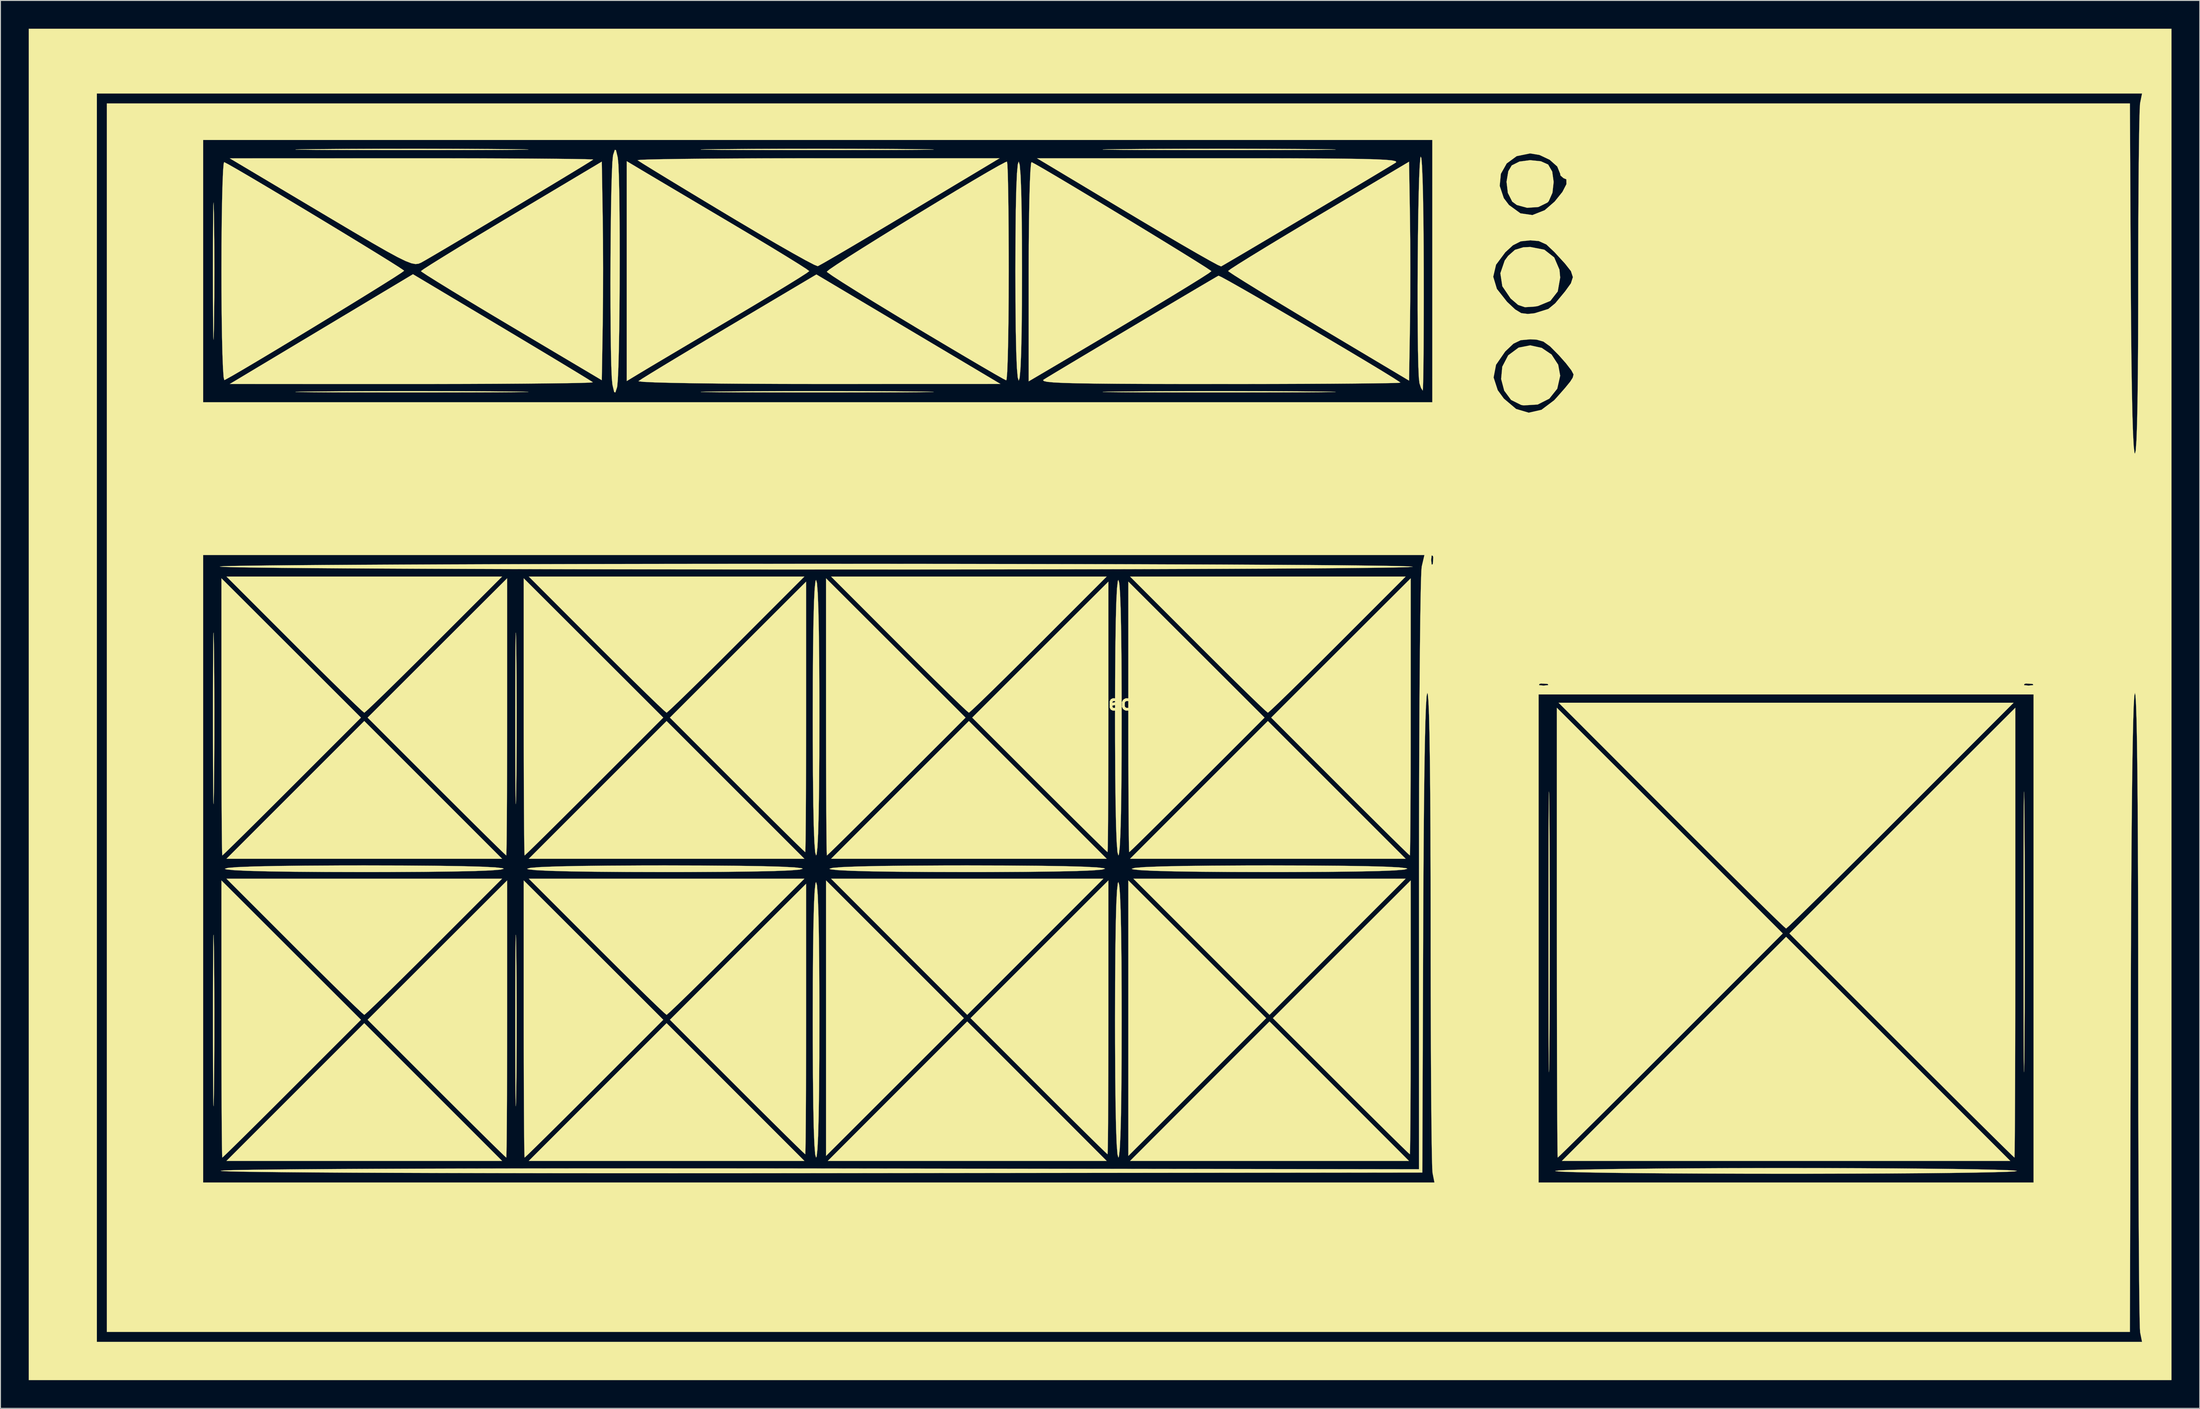
<source format=kicad_pcb>
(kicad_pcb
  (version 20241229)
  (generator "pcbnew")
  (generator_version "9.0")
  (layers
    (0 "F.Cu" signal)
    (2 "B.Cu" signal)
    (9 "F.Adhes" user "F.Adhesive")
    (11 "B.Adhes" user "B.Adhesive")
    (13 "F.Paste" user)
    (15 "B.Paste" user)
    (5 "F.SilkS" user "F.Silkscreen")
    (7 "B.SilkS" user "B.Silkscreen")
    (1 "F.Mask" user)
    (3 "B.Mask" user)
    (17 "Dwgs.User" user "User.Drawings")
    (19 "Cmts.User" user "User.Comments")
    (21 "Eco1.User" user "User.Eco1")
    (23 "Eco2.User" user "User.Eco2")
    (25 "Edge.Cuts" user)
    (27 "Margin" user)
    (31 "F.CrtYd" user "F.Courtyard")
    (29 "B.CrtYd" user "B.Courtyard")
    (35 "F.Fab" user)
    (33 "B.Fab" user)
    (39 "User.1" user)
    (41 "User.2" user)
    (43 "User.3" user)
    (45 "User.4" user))
  (footprint "Untitled3"
    (layer "F.Cu")
    (at 113.599 71.619)
    (property "Reference" "Untitled3" (at 0 0 0) (layer "F.SilkS") (effects (font (size 1.524 1.524) (thickness 0.3))))
    (attr through_hole)
    (fp_poly (pts (xy -63.326 48.683) (xy -92.602 48.683) (xy -77.964 34.045) (xy -63.326 48.683)) (stroke (width 0.01) (type solid)) (fill yes) (layer "F.SilkS"))
    (fp_poly (pts (xy -38.542 41.364) (xy -31.223 48.683) (xy -60.499 48.683) (xy -45.861 34.045) (xy -38.542 41.364)) (stroke (width 0.01) (type solid)) (fill yes) (layer "F.SilkS"))
    (fp_poly (pts (xy -21.609 26.195) (xy -14.29 33.514) (xy -28.928 48.152) (xy -28.928 18.876) (xy -21.609 26.195)) (stroke (width 0.01) (type solid)) (fill yes) (layer "F.SilkS"))
    (fp_poly (pts (xy -6.439 9.261) (xy 0.88 16.581) (xy -28.396 16.581) (xy -13.758 1.942) (xy -6.439 9.261)) (stroke (width 0.01) (type solid)) (fill yes) (layer "F.SilkS"))
    (fp_poly (pts (xy 10.494 26.195) (xy 17.813 33.514) (xy 3.175 48.152) (xy 3.175 18.876) (xy 10.494 26.195)) (stroke (width 0.01) (type solid)) (fill yes) (layer "F.SilkS"))
    (fp_poly (pts (xy 25.311 9.261) (xy 32.63 16.581) (xy 3.354 16.581) (xy 17.992 1.942) (xy 25.311 9.261)) (stroke (width 0.01) (type solid)) (fill yes) (layer "F.SilkS"))
    (fp_poly (pts (xy -70.645 9.261) (xy -63.326 16.581) (xy -92.602 16.581) (xy -85.283 9.261) (xy -77.964 1.942) (xy -70.645 9.261)) (stroke (width 0.01) (type solid)) (fill yes) (layer "F.SilkS"))
    (fp_poly (pts (xy -38.542 9.261) (xy -31.223 16.581) (xy -60.499 16.581) (xy -53.18 9.261) (xy -45.861 1.942) (xy -38.542 9.261)) (stroke (width 0.01) (type solid)) (fill yes) (layer "F.SilkS"))
    (fp_poly (pts (xy 84.931 36.778) (xy 96.836 48.683) (xy 49.214 48.683) (xy 61.119 36.778) (xy 73.025 24.872) (xy 84.931 36.778)) (stroke (width 0.01) (type solid)) (fill yes) (layer "F.SilkS"))
    (fp_poly (pts (xy -70.556 -6.174) (xy -72.404 -4.329) (xy -74.091 -2.658) (xy -75.551 -1.223) (xy -76.722 -0.086) (xy -77.538 0.69) (xy -77.937 1.043) (xy -77.964 1.058) (xy -78.25 0.818) (xy -78.97 0.14) (xy -80.059 -0.914) (xy -81.454 -2.281) (xy -83.091 -3.9) (xy -84.906 -5.707) (xy -85.372 -6.174) (xy -92.598 -13.406) (xy -63.33 -13.406) (xy -70.556 -6.174)) (stroke (width 0.01) (type solid)) (fill yes) (layer "F.SilkS"))
    (fp_poly (pts (xy -70.556 25.929) (xy -72.404 27.774) (xy -74.091 29.445) (xy -75.551 30.88) (xy -76.722 32.016) (xy -77.538 32.793) (xy -77.937 33.146) (xy -77.964 33.161) (xy -78.25 32.921) (xy -78.97 32.243) (xy -80.059 31.189) (xy -81.454 29.822) (xy -83.091 28.203) (xy -84.906 26.395) (xy -85.372 25.929) (xy -92.598 18.697) (xy -63.33 18.697) (xy -70.556 25.929)) (stroke (width 0.01) (type solid)) (fill yes) (layer "F.SilkS"))
    (fp_poly (pts (xy -38.453 -6.174) (xy -40.302 -4.329) (xy -41.988 -2.658) (xy -43.449 -1.223) (xy -44.619 -0.086) (xy -45.436 0.69) (xy -45.834 1.043) (xy -45.861 1.058) (xy -46.147 0.818) (xy -46.867 0.14) (xy -47.956 -0.914) (xy -49.351 -2.281) (xy -50.988 -3.9) (xy -52.803 -5.707) (xy -53.269 -6.174) (xy -60.495 -13.406) (xy -31.227 -13.406) (xy -38.453 -6.174)) (stroke (width 0.01) (type solid)) (fill yes) (layer "F.SilkS"))
    (fp_poly (pts (xy -38.453 25.929) (xy -40.302 27.774) (xy -41.988 29.445) (xy -43.449 30.88) (xy -44.619 32.016) (xy -45.436 32.793) (xy -45.834 33.146) (xy -45.861 33.161) (xy -46.147 32.921) (xy -46.867 32.243) (xy -47.956 31.189) (xy -49.351 29.822) (xy -50.988 28.203) (xy -52.803 26.395) (xy -53.269 25.929) (xy -60.495 18.697) (xy -31.227 18.697) (xy -38.453 25.929)) (stroke (width 0.01) (type solid)) (fill yes) (layer "F.SilkS"))
    (fp_poly (pts (xy -13.694 34.106) (xy -13.016 34.783) (xy -11.962 35.837) (xy -10.593 37.206) (xy -8.971 38.828) (xy -7.157 40.644) (xy -6.526 41.275) (xy 0.876 48.683) (xy -28.745 48.683) (xy -21.343 41.275) (xy -19.479 39.41) (xy -17.787 37.717) (xy -16.328 36.257) (xy -15.163 35.093) (xy -14.354 34.284) (xy -13.962 33.894) (xy -13.935 33.867) (xy -13.694 34.106)) (stroke (width 0.01) (type solid)) (fill yes) (layer "F.SilkS"))
    (fp_poly (pts (xy -6.703 25.929) (xy -8.543 27.771) (xy -10.212 29.44) (xy -11.645 30.874) (xy -12.782 32.011) (xy -13.561 32.789) (xy -13.918 33.145) (xy -13.935 33.161) (xy -14.175 32.922) (xy -14.853 32.246) (xy -15.904 31.194) (xy -17.268 29.83) (xy -18.883 28.215) (xy -20.686 26.411) (xy -21.167 25.929) (xy -28.392 18.697) (xy 0.523 18.697) (xy -6.703 25.929)) (stroke (width 0.01) (type solid)) (fill yes) (layer "F.SilkS"))
    (fp_poly (pts (xy -6.35 -6.174) (xy -8.199 -4.329) (xy -9.885 -2.658) (xy -11.346 -1.223) (xy -12.516 -0.086) (xy -13.333 0.69) (xy -13.732 1.043) (xy -13.758 1.058) (xy -14.045 0.818) (xy -14.764 0.14) (xy -15.854 -0.914) (xy -17.249 -2.281) (xy -18.886 -3.9) (xy -20.7 -5.707) (xy -21.167 -6.174) (xy -28.392 -13.406) (xy 0.875 -13.406) (xy -6.35 -6.174)) (stroke (width 0.01) (type solid)) (fill yes) (layer "F.SilkS"))
    (fp_poly (pts (xy 18.409 34.106) (xy 19.087 34.783) (xy 20.141 35.837) (xy 21.51 37.206) (xy 23.132 38.828) (xy 24.946 40.644) (xy 25.576 41.275) (xy 32.978 48.683) (xy 3.358 48.683) (xy 10.76 41.275) (xy 12.624 39.41) (xy 14.316 37.717) (xy 15.775 36.257) (xy 16.94 35.093) (xy 17.749 34.284) (xy 18.141 33.894) (xy 18.168 33.867) (xy 18.409 34.106)) (stroke (width 0.01) (type solid)) (fill yes) (layer "F.SilkS"))
    (fp_poly (pts (xy 25.4 -6.174) (xy 23.551 -4.329) (xy 21.865 -2.658) (xy 20.404 -1.223) (xy 19.234 -0.086) (xy 18.417 0.69) (xy 18.018 1.043) (xy 17.992 1.058) (xy 17.705 0.818) (xy 16.986 0.14) (xy 15.896 -0.914) (xy 14.501 -2.281) (xy 12.864 -3.9) (xy 11.05 -5.707) (xy 10.583 -6.174) (xy 3.358 -13.406) (xy 32.625 -13.406) (xy 25.4 -6.174)) (stroke (width 0.01) (type solid)) (fill yes) (layer "F.SilkS"))
    (fp_poly (pts (xy 25.4 25.929) (xy 23.559 27.771) (xy 21.891 29.44) (xy 20.457 30.874) (xy 19.32 32.011) (xy 18.542 32.789) (xy 18.184 33.145) (xy 18.168 33.161) (xy 17.927 32.922) (xy 17.25 32.246) (xy 16.198 31.194) (xy 14.834 29.83) (xy 13.22 28.215) (xy 11.417 26.411) (xy 10.936 25.929) (xy 3.711 18.697) (xy 32.625 18.697) (xy 25.4 25.929)) (stroke (width 0.01) (type solid)) (fill yes) (layer "F.SilkS"))
    (fp_poly (pts (xy 46.987 -57.532) (xy 47.757 -57.187) (xy 48.19 -56.436) (xy 48.342 -55.339) (xy 48.216 -54.191) (xy 47.819 -53.292) (xy 47.685 -53.148) (xy 46.722 -52.673) (xy 45.531 -52.588) (xy 44.43 -52.885) (xy 43.94 -53.248) (xy 43.477 -54.172) (xy 43.338 -55.355) (xy 43.526 -56.478) (xy 43.89 -57.094) (xy 44.699 -57.501) (xy 45.841 -57.65) (xy 46.987 -57.532)) (stroke (width 0.01) (type solid)) (fill yes) (layer "F.SilkS"))
    (fp_poly (pts (xy 47.073 -37.707) (xy 48.118 -37) (xy 48.824 -35.915) (xy 49.036 -34.749) (xy 48.724 -33.368) (xy 47.881 -32.312) (xy 46.647 -31.686) (xy 45.16 -31.595) (xy 44.898 -31.639) (xy 43.82 -32.175) (xy 43.093 -33.159) (xy 42.764 -34.4) (xy 42.884 -35.708) (xy 43.501 -36.891) (xy 43.531 -36.926) (xy 44.618 -37.734) (xy 45.853 -37.974) (xy 47.073 -37.707)) (stroke (width 0.01) (type solid)) (fill yes) (layer "F.SilkS"))
    (fp_poly (pts (xy -62.794 1.502) (xy -62.797 4.649) (xy -62.803 7.565) (xy -62.812 10.178) (xy -62.825 12.415) (xy -62.84 14.203) (xy -62.857 15.469) (xy -62.876 16.139) (xy -62.886 16.228) (xy -63.148 15.988) (xy -63.846 15.311) (xy -64.917 14.257) (xy -66.299 12.889) (xy -67.928 11.268) (xy -69.743 9.456) (xy -70.294 8.905) (xy -77.611 1.581) (xy -62.794 -13.223) (xy -62.794 1.502)) (stroke (width 0.01) (type solid)) (fill yes) (layer "F.SilkS"))
    (fp_poly (pts (xy -62.794 33.605) (xy -62.797 36.751) (xy -62.803 39.668) (xy -62.812 42.281) (xy -62.825 44.518) (xy -62.84 46.306) (xy -62.857 47.571) (xy -62.876 48.242) (xy -62.886 48.331) (xy -63.148 48.091) (xy -63.846 47.413) (xy -64.917 46.36) (xy -66.299 44.991) (xy -67.928 43.371) (xy -69.743 41.559) (xy -70.294 41.007) (xy -77.611 33.684) (xy -62.794 18.88) (xy -62.794 33.605)) (stroke (width 0.01) (type solid)) (fill yes) (layer "F.SilkS"))
    (fp_poly (pts (xy 1.058 33.427) (xy 1.056 36.554) (xy 1.05 39.45) (xy 1.04 42.043) (xy 1.028 44.258) (xy 1.013 46.022) (xy 0.995 47.262) (xy 0.976 47.904) (xy 0.967 47.978) (xy 0.704 47.738) (xy 0.007 47.061) (xy -1.063 46.008) (xy -2.442 44.643) (xy -4.068 43.026) (xy -5.876 41.22) (xy -6.351 40.745) (xy -13.578 33.512) (xy 1.058 18.876) (xy 1.058 33.427)) (stroke (width 0.01) (type solid)) (fill yes) (layer "F.SilkS"))
    (fp_poly (pts (xy -85.725 -5.821) (xy -78.317 1.581) (xy -85.634 8.905) (xy -87.49 10.76) (xy -89.18 12.442) (xy -90.639 13.89) (xy -91.807 15.041) (xy -92.619 15.834) (xy -93.014 16.207) (xy -93.042 16.228) (xy -93.062 15.887) (xy -93.08 14.914) (xy -93.096 13.382) (xy -93.11 11.363) (xy -93.121 8.931) (xy -93.129 6.16) (xy -93.133 3.121) (xy -93.133 1.502) (xy -93.133 -13.223) (xy -85.725 -5.821)) (stroke (width 0.01) (type solid)) (fill yes) (layer "F.SilkS"))
    (fp_poly (pts (xy -85.725 26.282) (xy -78.317 33.684) (xy -85.634 41.007) (xy -87.49 42.863) (xy -89.18 44.545) (xy -90.639 45.993) (xy -91.807 47.144) (xy -92.619 47.937) (xy -93.014 48.31) (xy -93.042 48.331) (xy -93.062 47.99) (xy -93.08 47.017) (xy -93.096 45.485) (xy -93.11 43.466) (xy -93.121 41.034) (xy -93.129 38.262) (xy -93.133 35.224) (xy -93.133 33.605) (xy -93.133 18.88) (xy -85.725 26.282)) (stroke (width 0.01) (type solid)) (fill yes) (layer "F.SilkS"))
    (fp_poly (pts (xy -63.332 -39.882) (xy -60.996 -38.485) (xy -58.858 -37.202) (xy -56.992 -36.078) (xy -55.474 -35.158) (xy -54.378 -34.488) (xy -53.777 -34.112) (xy -53.687 -34.049) (xy -53.995 -34.015) (xy -54.944 -33.983) (xy -56.474 -33.954) (xy -58.521 -33.928) (xy -61.021 -33.906) (xy -63.912 -33.888) (xy -67.131 -33.876) (xy -70.615 -33.869) (xy -72.878 -33.868) (xy -92.251 -33.87) (xy -72.794 -45.532) (xy -63.332 -39.882)) (stroke (width 0.01) (type solid)) (fill yes) (layer "F.SilkS"))
    (fp_poly (pts (xy -53.622 -5.821) (xy -46.214 1.581) (xy -53.531 8.905) (xy -55.388 10.76) (xy -57.077 12.442) (xy -58.537 13.89) (xy -59.704 15.041) (xy -60.516 15.834) (xy -60.912 16.207) (xy -60.939 16.228) (xy -60.959 15.887) (xy -60.977 14.914) (xy -60.993 13.382) (xy -61.007 11.363) (xy -61.018 8.931) (xy -61.026 6.16) (xy -61.03 3.121) (xy -61.031 1.502) (xy -61.031 -13.223) (xy -53.622 -5.821)) (stroke (width 0.01) (type solid)) (fill yes) (layer "F.SilkS"))
    (fp_poly (pts (xy -53.622 26.282) (xy -46.214 33.684) (xy -53.531 41.007) (xy -55.388 42.863) (xy -57.077 44.545) (xy -58.537 45.993) (xy -59.704 47.144) (xy -60.516 47.937) (xy -60.912 48.31) (xy -60.939 48.331) (xy -60.959 47.99) (xy -60.977 47.017) (xy -60.993 45.485) (xy -61.007 43.466) (xy -61.018 41.034) (xy -61.026 38.262) (xy -61.03 35.224) (xy -61.031 33.605) (xy -61.031 18.88) (xy -53.622 26.282)) (stroke (width 0.01) (type solid)) (fill yes) (layer "F.SilkS"))
    (fp_poly (pts (xy -31.044 1.503) (xy -31.047 4.609) (xy -31.053 7.486) (xy -31.063 10.057) (xy -31.075 12.25) (xy -31.091 13.989) (xy -31.108 15.202) (xy -31.127 15.815) (xy -31.136 15.875) (xy -31.399 15.636) (xy -32.096 14.959) (xy -33.165 13.907) (xy -34.541 12.544) (xy -36.163 10.931) (xy -37.966 9.13) (xy -38.368 8.728) (xy -45.508 1.581) (xy -38.276 -5.644) (xy -31.044 -12.87) (xy -31.044 1.503)) (stroke (width 0.01) (type solid)) (fill yes) (layer "F.SilkS"))
    (fp_poly (pts (xy -31.044 33.605) (xy -31.047 36.712) (xy -31.053 39.588) (xy -31.063 42.16) (xy -31.075 44.352) (xy -31.091 46.092) (xy -31.108 47.305) (xy -31.127 47.918) (xy -31.136 47.978) (xy -31.399 47.738) (xy -32.096 47.062) (xy -33.165 46.01) (xy -34.541 44.646) (xy -36.163 43.033) (xy -37.966 41.233) (xy -38.368 40.831) (xy -45.508 33.684) (xy -38.276 26.458) (xy -31.044 19.233) (xy -31.044 33.605)) (stroke (width 0.01) (type solid)) (fill yes) (layer "F.SilkS"))
    (fp_poly (pts (xy -21.519 -5.821) (xy -14.111 1.581) (xy -21.428 8.905) (xy -23.285 10.76) (xy -24.974 12.442) (xy -26.434 13.89) (xy -27.601 15.041) (xy -28.414 15.834) (xy -28.809 16.207) (xy -28.836 16.228) (xy -28.856 15.887) (xy -28.874 14.914) (xy -28.89 13.382) (xy -28.904 11.363) (xy -28.915 8.931) (xy -28.923 6.16) (xy -28.927 3.121) (xy -28.928 1.502) (xy -28.928 -13.223) (xy -21.519 -5.821)) (stroke (width 0.01) (type solid)) (fill yes) (layer "F.SilkS"))
    (fp_poly (pts (xy 1.058 1.503) (xy 1.056 4.609) (xy 1.05 7.486) (xy 1.04 10.057) (xy 1.027 12.25) (xy 1.012 13.989) (xy 0.994 15.202) (xy 0.975 15.815) (xy 0.967 15.875) (xy 0.704 15.636) (xy 0.007 14.959) (xy -1.062 13.907) (xy -2.439 12.544) (xy -4.06 10.931) (xy -5.863 9.13) (xy -6.265 8.728) (xy -13.406 1.581) (xy -6.174 -5.644) (xy 1.058 -12.87) (xy 1.058 1.503)) (stroke (width 0.01) (type solid)) (fill yes) (layer "F.SilkS"))
    (fp_poly (pts (xy 10.407 -5.644) (xy 17.639 1.581) (xy 10.498 8.728) (xy 8.665 10.56) (xy 7 12.218) (xy 5.565 13.64) (xy 4.426 14.764) (xy 3.644 15.526) (xy 3.283 15.864) (xy 3.266 15.875) (xy 3.247 15.535) (xy 3.228 14.563) (xy 3.212 13.033) (xy 3.198 11.02) (xy 3.187 8.597) (xy 3.179 5.839) (xy 3.175 2.819) (xy 3.175 1.503) (xy 3.175 -12.87) (xy 10.407 -5.644)) (stroke (width 0.01) (type solid)) (fill yes) (layer "F.SilkS"))
    (fp_poly (pts (xy 33.161 1.502) (xy 33.159 4.649) (xy 33.153 7.565) (xy 33.143 10.178) (xy 33.131 12.415) (xy 33.116 14.203) (xy 33.099 15.469) (xy 33.08 16.139) (xy 33.07 16.228) (xy 32.807 15.988) (xy 32.109 15.311) (xy 31.038 14.257) (xy 29.657 12.889) (xy 28.028 11.268) (xy 26.213 9.456) (xy 25.661 8.905) (xy 18.344 1.581) (xy 25.753 -5.821) (xy 33.161 -13.223) (xy 33.161 1.502)) (stroke (width 0.01) (type solid)) (fill yes) (layer "F.SilkS"))
    (fp_poly (pts (xy 33.161 33.427) (xy 33.159 36.554) (xy 33.153 39.45) (xy 33.143 42.043) (xy 33.131 44.258) (xy 33.115 46.022) (xy 33.098 47.262) (xy 33.079 47.904) (xy 33.07 47.978) (xy 32.807 47.738) (xy 32.109 47.061) (xy 31.04 46.008) (xy 29.661 44.643) (xy 28.035 43.026) (xy 26.227 41.22) (xy 25.752 40.745) (xy 18.525 33.512) (xy 25.843 26.194) (xy 33.161 18.876) (xy 33.161 33.427)) (stroke (width 0.01) (type solid)) (fill yes) (layer "F.SilkS"))
    (fp_poly (pts (xy 47.35 -48.139) (xy 48.402 -47.315) (xy 48.96 -46.014) (xy 49.036 -45.175) (xy 48.776 -43.702) (xy 47.99 -42.697) (xy 46.667 -42.149) (xy 46.316 -42.091) (xy 45.291 -42.027) (xy 44.569 -42.269) (xy 43.789 -42.94) (xy 43.761 -42.968) (xy 42.89 -44.254) (xy 42.681 -45.633) (xy 43.142 -46.985) (xy 43.503 -47.477) (xy 44.232 -48.124) (xy 45.122 -48.393) (xy 45.861 -48.427) (xy 47.35 -48.139)) (stroke (width 0.01) (type solid)) (fill yes) (layer "F.SilkS"))
    (fp_poly (pts (xy -20.179 -39.691) (xy -10.407 -33.875) (xy -29.792 -33.871) (xy -33.62 -33.876) (xy -37.14 -33.891) (xy -40.301 -33.915) (xy -43.046 -33.948) (xy -45.324 -33.989) (xy -47.08 -34.037) (xy -48.26 -34.091) (xy -48.811 -34.15) (xy -48.842 -34.176) (xy -48.465 -34.427) (xy -47.557 -34.991) (xy -46.197 -35.821) (xy -44.46 -36.869) (xy -42.425 -38.091) (xy -40.168 -39.437) (xy -39.229 -39.996) (xy -29.951 -45.507) (xy -20.179 -39.691)) (stroke (width 0.01) (type solid)) (fill yes) (layer "F.SilkS"))
    (fp_poly (pts (xy -93.954 -52.857) (xy -93.93 -51.889) (xy -93.928 -51.77) (xy -93.896 -49.149) (xy -93.884 -46.159) (xy -93.892 -43.136) (xy -93.92 -40.417) (xy -93.928 -39.952) (xy -93.952 -38.924) (xy -93.974 -38.566) (xy -93.993 -38.844) (xy -94.009 -39.723) (xy -94.022 -41.169) (xy -94.03 -43.146) (xy -94.034 -45.619) (xy -94.034 -45.861) (xy -94.031 -48.377) (xy -94.023 -50.399) (xy -94.011 -51.893) (xy -93.995 -52.824) (xy -93.975 -53.157) (xy -93.954 -52.857)) (stroke (width 0.01) (type solid)) (fill yes) (layer "F.SilkS"))
    (fp_poly (pts (xy -93.947 -6.873) (xy -93.927 -5.709) (xy -93.899 -2.81) (xy -93.886 0.473) (xy -93.888 3.847) (xy -93.905 7.024) (xy -93.928 9.108) (xy -93.948 10.278) (xy -93.968 10.775) (xy -93.985 10.629) (xy -94.001 9.873) (xy -94.013 8.537) (xy -94.023 6.655) (xy -94.028 4.257) (xy -94.03 1.587) (xy -94.028 -1.254) (xy -94.022 -3.602) (xy -94.012 -5.426) (xy -94 -6.696) (xy -93.984 -7.381) (xy -93.966 -7.45) (xy -93.947 -6.873)) (stroke (width 0.01) (type solid)) (fill yes) (layer "F.SilkS"))
    (fp_poly (pts (xy -93.947 25.23) (xy -93.927 26.394) (xy -93.899 29.293) (xy -93.886 32.575) (xy -93.888 35.95) (xy -93.905 39.127) (xy -93.928 41.211) (xy -93.948 42.381) (xy -93.968 42.877) (xy -93.985 42.732) (xy -94.001 41.975) (xy -94.013 40.64) (xy -94.023 38.758) (xy -94.028 36.359) (xy -94.03 33.69) (xy -94.028 30.849) (xy -94.022 28.501) (xy -94.012 26.677) (xy -94 25.407) (xy -93.984 24.722) (xy -93.966 24.653) (xy -93.947 25.23)) (stroke (width 0.01) (type solid)) (fill yes) (layer "F.SilkS"))
    (fp_poly (pts (xy -61.844 -6.873) (xy -61.825 -5.709) (xy -61.796 -2.81) (xy -61.783 0.473) (xy -61.785 3.847) (xy -61.802 7.024) (xy -61.825 9.108) (xy -61.846 10.278) (xy -61.865 10.775) (xy -61.883 10.629) (xy -61.898 9.873) (xy -61.91 8.537) (xy -61.92 6.655) (xy -61.926 4.257) (xy -61.927 1.587) (xy -61.925 -1.254) (xy -61.919 -3.602) (xy -61.91 -5.426) (xy -61.897 -6.696) (xy -61.881 -7.381) (xy -61.864 -7.45) (xy -61.844 -6.873)) (stroke (width 0.01) (type solid)) (fill yes) (layer "F.SilkS"))
    (fp_poly (pts (xy -61.844 25.23) (xy -61.825 26.394) (xy -61.796 29.293) (xy -61.783 32.575) (xy -61.785 35.95) (xy -61.802 39.127) (xy -61.825 41.211) (xy -61.846 42.381) (xy -61.865 42.877) (xy -61.883 42.732) (xy -61.898 41.975) (xy -61.91 40.64) (xy -61.92 38.758) (xy -61.926 36.359) (xy -61.927 33.69) (xy -61.925 30.849) (xy -61.919 28.501) (xy -61.91 26.677) (xy -61.897 25.407) (xy -61.881 24.722) (xy -61.864 24.653) (xy -61.844 25.23)) (stroke (width 0.01) (type solid)) (fill yes) (layer "F.SilkS"))
    (fp_poly (pts (xy 85.196 11.994) (xy 82.798 14.39) (xy 80.552 16.625) (xy 78.509 18.653) (xy 76.715 20.425) (xy 75.222 21.893) (xy 74.076 23.009) (xy 73.329 23.723) (xy 73.027 23.988) (xy 73.025 23.989) (xy 72.747 23.747) (xy 72.02 23.054) (xy 70.894 21.957) (xy 69.416 20.505) (xy 67.636 18.747) (xy 65.604 16.731) (xy 63.367 14.504) (xy 60.976 12.116) (xy 60.854 11.994) (xy 48.864 0) (xy 97.186 0) (xy 85.196 11.994)) (stroke (width 0.01) (type solid)) (fill yes) (layer "F.SilkS"))
    (fp_poly (pts (xy -52.644 -51.679) (xy -52.614 -49.079) (xy -52.604 -46.116) (xy -52.611 -43.127) (xy -52.638 -40.451) (xy -52.644 -40.065) (xy -52.74 -34.269) (xy -62.346 -39.977) (xy -64.692 -41.376) (xy -66.831 -42.663) (xy -68.69 -43.791) (xy -70.196 -44.718) (xy -71.279 -45.398) (xy -71.864 -45.787) (xy -71.949 -45.861) (xy -71.656 -46.078) (xy -70.829 -46.61) (xy -69.54 -47.413) (xy -67.861 -48.443) (xy -65.863 -49.654) (xy -63.62 -51.003) (xy -62.343 -51.767) (xy -52.74 -57.496) (xy -52.644 -51.679)) (stroke (width 0.01) (type solid)) (fill yes) (layer "F.SilkS"))
    (fp_poly (pts (xy 33.081 -51.674) (xy 33.111 -49.073) (xy 33.121 -46.106) (xy 33.114 -43.111) (xy 33.087 -40.427) (xy 33.081 -40.044) (xy 32.985 -34.226) (xy 23.382 -39.955) (xy 21.037 -41.36) (xy 18.898 -42.652) (xy 17.038 -43.787) (xy 15.529 -44.719) (xy 14.444 -45.404) (xy 13.855 -45.799) (xy 13.769 -45.874) (xy 14.058 -46.094) (xy 14.883 -46.628) (xy 16.171 -47.431) (xy 17.85 -48.459) (xy 19.848 -49.668) (xy 22.093 -51.014) (xy 23.372 -51.775) (xy 32.985 -57.487) (xy 33.081 -51.674)) (stroke (width 0.01) (type solid)) (fill yes) (layer "F.SilkS"))
    (fp_poly (pts (xy 60.678 12.524) (xy 72.672 24.514) (xy 60.768 36.422) (xy 58.382 38.808) (xy 56.151 41.033) (xy 54.126 43.051) (xy 52.353 44.813) (xy 50.883 46.271) (xy 49.764 47.375) (xy 49.045 48.077) (xy 48.774 48.33) (xy 48.773 48.331) (xy 48.758 47.987) (xy 48.744 46.996) (xy 48.73 45.414) (xy 48.718 43.298) (xy 48.708 40.707) (xy 48.699 37.696) (xy 48.691 34.325) (xy 48.686 30.649) (xy 48.684 26.728) (xy 48.683 24.432) (xy 48.683 0.533) (xy 60.678 12.524)) (stroke (width 0.01) (type solid)) (fill yes) (layer "F.SilkS"))
    (fp_poly (pts (xy 97.367 24.432) (xy 97.365 28.467) (xy 97.362 32.289) (xy 97.356 35.838) (xy 97.348 39.059) (xy 97.338 41.893) (xy 97.327 44.284) (xy 97.314 46.174) (xy 97.3 47.505) (xy 97.285 48.22) (xy 97.277 48.331) (xy 97.017 48.089) (xy 96.308 47.396) (xy 95.198 46.301) (xy 93.735 44.852) (xy 91.97 43.097) (xy 89.949 41.084) (xy 87.723 38.863) (xy 85.34 36.481) (xy 85.282 36.422) (xy 73.378 24.514) (xy 85.372 12.524) (xy 97.367 0.533) (xy 97.367 24.432)) (stroke (width 0.01) (type solid)) (fill yes) (layer "F.SilkS"))
    (fp_poly (pts (xy -8.36 -57.154) (xy -8.272 -56.119) (xy -8.202 -54.421) (xy -8.152 -52.078) (xy -8.123 -49.112) (xy -8.114 -45.861) (xy -8.124 -42.341) (xy -8.156 -39.426) (xy -8.207 -37.136) (xy -8.278 -35.491) (xy -8.368 -34.513) (xy -8.467 -34.219) (xy -8.573 -34.569) (xy -8.662 -35.603) (xy -8.731 -37.301) (xy -8.781 -39.644) (xy -8.811 -42.61) (xy -8.819 -45.861) (xy -8.809 -49.381) (xy -8.778 -52.297) (xy -8.726 -54.586) (xy -8.655 -56.231) (xy -8.565 -57.209) (xy -8.467 -57.503) (xy -8.36 -57.154)) (stroke (width 0.01) (type solid)) (fill yes) (layer "F.SilkS"))
    (fp_poly (pts (xy -68.164 -58.858) (xy -64.571 -58.839) (xy -62.908 -58.826) (xy -61.443 -58.808) (xy -60.657 -58.792) (xy -60.524 -58.777) (xy -61.018 -58.763) (xy -62.112 -58.751) (xy -63.779 -58.741) (xy -65.994 -58.734) (xy -68.73 -58.729) (xy -71.96 -58.726) (xy -72.849 -58.726) (xy -76.207 -58.728) (xy -79.082 -58.732) (xy -81.448 -58.739) (xy -83.277 -58.748) (xy -84.542 -58.76) (xy -85.216 -58.773) (xy -85.273 -58.788) (xy -84.684 -58.804) (xy -83.424 -58.821) (xy -83.016 -58.825) (xy -79.733 -58.85) (xy -75.996 -58.863) (xy -72.056 -58.866) (xy -68.164 -58.858)) (stroke (width 0.01) (type solid)) (fill yes) (layer "F.SilkS"))
    (fp_poly (pts (xy -68.164 -33.105) (xy -64.571 -33.087) (xy -62.908 -33.073) (xy -61.443 -33.055) (xy -60.657 -33.039) (xy -60.524 -33.024) (xy -61.018 -33.01) (xy -62.112 -32.998) (xy -63.779 -32.988) (xy -65.994 -32.981) (xy -68.73 -32.976) (xy -71.96 -32.973) (xy -72.849 -32.973) (xy -76.207 -32.975) (xy -79.082 -32.979) (xy -81.448 -32.986) (xy -83.277 -32.996) (xy -84.542 -33.007) (xy -85.216 -33.02) (xy -85.273 -33.035) (xy -84.684 -33.051) (xy -83.424 -33.068) (xy -83.016 -33.073) (xy -79.733 -33.097) (xy -75.996 -33.111) (xy -72.056 -33.113) (xy -68.164 -33.105)) (stroke (width 0.01) (type solid)) (fill yes) (layer "F.SilkS"))
    (fp_poly (pts (xy -25.125 -58.858) (xy -21.532 -58.839) (xy -19.869 -58.826) (xy -18.404 -58.808) (xy -17.618 -58.792) (xy -17.485 -58.777) (xy -17.979 -58.763) (xy -19.073 -58.751) (xy -20.74 -58.741) (xy -22.955 -58.734) (xy -25.691 -58.729) (xy -28.921 -58.726) (xy -29.81 -58.726) (xy -33.168 -58.728) (xy -36.043 -58.732) (xy -38.409 -58.739) (xy -40.238 -58.748) (xy -41.503 -58.76) (xy -42.177 -58.773) (xy -42.234 -58.788) (xy -41.646 -58.804) (xy -40.385 -58.821) (xy -39.977 -58.825) (xy -36.694 -58.85) (xy -32.957 -58.863) (xy -29.017 -58.866) (xy -25.125 -58.858)) (stroke (width 0.01) (type solid)) (fill yes) (layer "F.SilkS"))
    (fp_poly (pts (xy -25.125 -33.105) (xy -21.532 -33.087) (xy -19.869 -33.073) (xy -18.404 -33.055) (xy -17.618 -33.039) (xy -17.485 -33.024) (xy -17.979 -33.01) (xy -19.073 -32.998) (xy -20.74 -32.988) (xy -22.955 -32.981) (xy -25.691 -32.976) (xy -28.921 -32.973) (xy -29.81 -32.973) (xy -33.168 -32.975) (xy -36.043 -32.979) (xy -38.409 -32.986) (xy -40.238 -32.996) (xy -41.503 -33.007) (xy -42.177 -33.02) (xy -42.234 -33.035) (xy -41.646 -33.051) (xy -40.385 -33.068) (xy -39.977 -33.073) (xy -36.694 -33.097) (xy -32.957 -33.111) (xy -29.017 -33.113) (xy -25.125 -33.105)) (stroke (width 0.01) (type solid)) (fill yes) (layer "F.SilkS"))
    (fp_poly (pts (xy 17.561 -58.858) (xy 21.154 -58.839) (xy 22.817 -58.826) (xy 24.282 -58.808) (xy 25.068 -58.792) (xy 25.201 -58.777) (xy 24.707 -58.763) (xy 23.613 -58.751) (xy 21.946 -58.741) (xy 19.731 -58.734) (xy 16.995 -58.729) (xy 13.765 -58.726) (xy 12.876 -58.726) (xy 9.518 -58.728) (xy 6.643 -58.732) (xy 4.277 -58.739) (xy 2.448 -58.748) (xy 1.183 -58.76) (xy 0.509 -58.773) (xy 0.452 -58.788) (xy 1.041 -58.804) (xy 2.301 -58.821) (xy 2.709 -58.825) (xy 5.992 -58.85) (xy 9.729 -58.863) (xy 13.669 -58.866) (xy 17.561 -58.858)) (stroke (width 0.01) (type solid)) (fill yes) (layer "F.SilkS"))
    (fp_poly (pts (xy 17.561 -33.105) (xy 21.154 -33.087) (xy 22.817 -33.073) (xy 24.282 -33.055) (xy 25.068 -33.039) (xy 25.201 -33.024) (xy 24.707 -33.01) (xy 23.613 -32.998) (xy 21.946 -32.988) (xy 19.731 -32.981) (xy 16.995 -32.976) (xy 13.765 -32.973) (xy 12.876 -32.973) (xy 9.518 -32.975) (xy 6.643 -32.979) (xy 4.277 -32.986) (xy 2.448 -32.996) (xy 1.183 -33.007) (xy 0.509 -33.02) (xy 0.452 -33.035) (xy 1.041 -33.051) (xy 2.301 -33.068) (xy 2.709 -33.073) (xy 5.992 -33.097) (xy 9.729 -33.111) (xy 13.669 -33.113) (xy 17.561 -33.105)) (stroke (width 0.01) (type solid)) (fill yes) (layer "F.SilkS"))
    (fp_poly (pts (xy -73.91 17.294) (xy -70.481 17.319) (xy -67.689 17.36) (xy -65.55 17.417) (xy -64.078 17.489) (xy -63.288 17.576) (xy -63.147 17.639) (xy -63.498 17.735) (xy -64.539 17.817) (xy -66.256 17.884) (xy -68.636 17.934) (xy -71.663 17.969) (xy -75.323 17.988) (xy -77.964 17.992) (xy -82.017 17.983) (xy -85.447 17.959) (xy -88.239 17.918) (xy -90.378 17.861) (xy -91.849 17.789) (xy -92.639 17.702) (xy -92.781 17.639) (xy -92.43 17.542) (xy -91.389 17.461) (xy -89.671 17.394) (xy -87.292 17.343) (xy -84.265 17.308) (xy -80.605 17.289) (xy -77.964 17.286) (xy -73.91 17.294)) (stroke (width 0.01) (type solid)) (fill yes) (layer "F.SilkS"))
    (fp_poly (pts (xy -42.012 17.295) (xy -38.609 17.32) (xy -35.844 17.361) (xy -33.731 17.418) (xy -32.286 17.491) (xy -31.522 17.579) (xy -31.397 17.639) (xy -31.747 17.736) (xy -32.788 17.818) (xy -34.505 17.885) (xy -36.883 17.935) (xy -39.907 17.97) (xy -43.563 17.989) (xy -46.038 17.992) (xy -50.063 17.983) (xy -53.466 17.958) (xy -56.231 17.917) (xy -58.344 17.859) (xy -59.789 17.787) (xy -60.553 17.699) (xy -60.678 17.639) (xy -60.328 17.542) (xy -59.287 17.46) (xy -57.57 17.393) (xy -55.192 17.342) (xy -52.168 17.308) (xy -48.512 17.289) (xy -46.038 17.286) (xy -42.012 17.295)) (stroke (width 0.01) (type solid)) (fill yes) (layer "F.SilkS"))
    (fp_poly (pts (xy -29.889 -12.703) (xy -29.807 -11.662) (xy -29.74 -9.945) (xy -29.69 -7.567) (xy -29.655 -4.543) (xy -29.636 -0.887) (xy -29.633 1.587) (xy -29.642 5.613) (xy -29.667 9.016) (xy -29.708 11.781) (xy -29.766 13.894) (xy -29.838 15.339) (xy -29.926 16.103) (xy -29.986 16.228) (xy -30.083 15.878) (xy -30.165 14.837) (xy -30.232 13.12) (xy -30.283 10.742) (xy -30.317 7.718) (xy -30.336 4.062) (xy -30.339 1.587) (xy -30.33 -2.438) (xy -30.305 -5.841) (xy -30.264 -8.606) (xy -30.207 -10.719) (xy -30.134 -12.164) (xy -30.046 -12.928) (xy -29.986 -13.053) (xy -29.889 -12.703)) (stroke (width 0.01) (type solid)) (fill yes) (layer "F.SilkS"))
    (fp_poly (pts (xy -29.889 19.4) (xy -29.807 20.441) (xy -29.74 22.158) (xy -29.69 24.536) (xy -29.655 27.56) (xy -29.636 31.216) (xy -29.633 33.69) (xy -29.642 37.716) (xy -29.667 41.119) (xy -29.708 43.884) (xy -29.766 45.996) (xy -29.838 47.442) (xy -29.926 48.206) (xy -29.986 48.331) (xy -30.083 47.98) (xy -30.165 46.939) (xy -30.232 45.223) (xy -30.283 42.845) (xy -30.317 39.82) (xy -30.336 36.164) (xy -30.339 33.69) (xy -30.33 29.665) (xy -30.305 26.262) (xy -30.264 23.497) (xy -30.207 21.384) (xy -30.134 19.939) (xy -30.046 19.175) (xy -29.986 19.05) (xy -29.889 19.4)) (stroke (width 0.01) (type solid)) (fill yes) (layer "F.SilkS"))
    (fp_poly (pts (xy -9.909 17.295) (xy -6.506 17.32) (xy -3.741 17.361) (xy -1.629 17.418) (xy -0.183 17.491) (xy 0.581 17.579) (xy 0.706 17.639) (xy 0.355 17.736) (xy -0.686 17.818) (xy -2.402 17.885) (xy -4.78 17.935) (xy -7.805 17.97) (xy -11.461 17.989) (xy -13.935 17.992) (xy -17.96 17.983) (xy -21.363 17.958) (xy -24.128 17.917) (xy -26.241 17.859) (xy -27.686 17.787) (xy -28.45 17.699) (xy -28.575 17.639) (xy -28.225 17.542) (xy -27.184 17.46) (xy -25.467 17.393) (xy -23.089 17.342) (xy -20.065 17.308) (xy -16.409 17.289) (xy -13.935 17.286) (xy -9.909 17.295)) (stroke (width 0.01) (type solid)) (fill yes) (layer "F.SilkS"))
    (fp_poly (pts (xy 2.214 -12.703) (xy 2.296 -11.662) (xy 2.362 -9.945) (xy 2.413 -7.567) (xy 2.448 -4.543) (xy 2.466 -0.887) (xy 2.469 1.587) (xy 2.461 5.613) (xy 2.436 9.016) (xy 2.395 11.781) (xy 2.337 13.894) (xy 2.264 15.339) (xy 2.176 16.103) (xy 2.117 16.228) (xy 2.02 15.878) (xy 1.938 14.837) (xy 1.871 13.12) (xy 1.82 10.742) (xy 1.785 7.718) (xy 1.767 4.062) (xy 1.764 1.587) (xy 1.772 -2.438) (xy 1.797 -5.841) (xy 1.839 -8.606) (xy 1.896 -10.719) (xy 1.969 -12.164) (xy 2.057 -12.928) (xy 2.117 -13.053) (xy 2.214 -12.703)) (stroke (width 0.01) (type solid)) (fill yes) (layer "F.SilkS"))
    (fp_poly (pts (xy 2.214 19.4) (xy 2.296 20.441) (xy 2.362 22.158) (xy 2.413 24.536) (xy 2.448 27.56) (xy 2.466 31.216) (xy 2.469 33.69) (xy 2.461 37.716) (xy 2.436 41.119) (xy 2.395 43.884) (xy 2.337 45.996) (xy 2.264 47.442) (xy 2.176 48.206) (xy 2.117 48.331) (xy 2.02 47.98) (xy 1.938 46.939) (xy 1.871 45.223) (xy 1.82 42.845) (xy 1.785 39.82) (xy 1.767 36.164) (xy 1.764 33.69) (xy 1.772 29.665) (xy 1.797 26.262) (xy 1.839 23.497) (xy 1.896 21.384) (xy 1.969 19.939) (xy 2.057 19.175) (xy 2.117 19.05) (xy 2.214 19.4)) (stroke (width 0.01) (type solid)) (fill yes) (layer "F.SilkS"))
    (fp_poly (pts (xy 22.194 17.295) (xy 25.596 17.32) (xy 28.361 17.361) (xy 30.474 17.418) (xy 31.92 17.491) (xy 32.684 17.579) (xy 32.808 17.639) (xy 32.458 17.736) (xy 31.417 17.818) (xy 29.7 17.885) (xy 27.322 17.935) (xy 24.298 17.97) (xy 20.642 17.989) (xy 18.168 17.992) (xy 14.143 17.983) (xy 10.74 17.958) (xy 7.975 17.917) (xy 5.862 17.859) (xy 4.416 17.787) (xy 3.653 17.699) (xy 3.528 17.639) (xy 3.878 17.542) (xy 4.919 17.46) (xy 6.636 17.393) (xy 9.014 17.342) (xy 12.038 17.308) (xy 15.694 17.289) (xy 18.168 17.286) (xy 22.194 17.295)) (stroke (width 0.01) (type solid)) (fill yes) (layer "F.SilkS"))
    (fp_poly (pts (xy 47.857 9.628) (xy 47.872 10.473) (xy 47.887 11.997) (xy 47.889 12.259) (xy 47.912 15.897) (xy 47.925 20.005) (xy 47.93 24.348) (xy 47.925 28.691) (xy 47.912 32.798) (xy 47.889 36.424) (xy 47.874 38.042) (xy 47.859 38.979) (xy 47.845 39.259) (xy 47.833 38.907) (xy 47.821 37.946) (xy 47.811 36.402) (xy 47.803 34.298) (xy 47.797 31.66) (xy 47.793 28.51) (xy 47.792 24.875) (xy 47.792 24.342) (xy 47.793 20.641) (xy 47.797 17.424) (xy 47.802 14.714) (xy 47.81 12.536) (xy 47.82 10.914) (xy 47.831 9.872) (xy 47.843 9.435) (xy 47.857 9.628)) (stroke (width 0.01) (type solid)) (fill yes) (layer "F.SilkS"))
    (fp_poly (pts (xy 98.304 9.628) (xy 98.319 10.473) (xy 98.334 11.997) (xy 98.337 12.259) (xy 98.359 15.897) (xy 98.372 20.005) (xy 98.377 24.348) (xy 98.372 28.691) (xy 98.359 32.798) (xy 98.337 36.424) (xy 98.321 38.042) (xy 98.306 38.979) (xy 98.292 39.259) (xy 98.28 38.907) (xy 98.268 37.946) (xy 98.259 36.402) (xy 98.251 34.298) (xy 98.245 31.66) (xy 98.241 28.51) (xy 98.239 24.875) (xy 98.239 24.342) (xy 98.24 20.641) (xy 98.244 17.424) (xy 98.25 14.714) (xy 98.257 12.536) (xy 98.267 10.914) (xy 98.278 9.872) (xy 98.291 9.435) (xy 98.304 9.628)) (stroke (width 0.01) (type solid)) (fill yes) (layer "F.SilkS"))
    (fp_poly (pts (xy -48.595 -56.647) (xy -47.89 -56.227) (xy -46.676 -55.506) (xy -45.052 -54.542) (xy -43.116 -53.394) (xy -40.967 -52.12) (xy -38.9 -50.895) (xy -36.739 -49.608) (xy -34.792 -48.436) (xy -33.137 -47.427) (xy -31.853 -46.63) (xy -31.017 -46.092) (xy -30.71 -45.863) (xy -30.709 -45.861) (xy -31.002 -45.642) (xy -31.824 -45.114) (xy -33.098 -44.326) (xy -34.745 -43.325) (xy -36.685 -42.159) (xy -38.842 -40.876) (xy -38.905 -40.839) (xy -41.163 -39.503) (xy -43.297 -38.238) (xy -45.21 -37.103) (xy -46.802 -36.157) (xy -47.975 -35.458) (xy -48.595 -35.086) (xy -50.094 -34.179) (xy -50.094 -57.543) (xy -48.595 -56.647)) (stroke (width 0.01) (type solid)) (fill yes) (layer "F.SilkS"))
    (fp_poly (pts (xy 34.295 -57.87) (xy 34.363 -57.061) (xy 34.423 -55.66) (xy 34.473 -53.725) (xy 34.512 -51.313) (xy 34.537 -48.482) (xy 34.547 -45.949) (xy 34.55 -43.025) (xy 34.544 -40.335) (xy 34.533 -37.959) (xy 34.516 -35.975) (xy 34.494 -34.462) (xy 34.467 -33.498) (xy 34.437 -33.161) (xy 34.254 -33.454) (xy 34.089 -33.955) (xy 34.023 -34.558) (xy 33.971 -35.748) (xy 33.933 -37.422) (xy 33.908 -39.475) (xy 33.895 -41.803) (xy 33.895 -44.303) (xy 33.907 -46.871) (xy 33.929 -49.403) (xy 33.962 -51.795) (xy 34.005 -53.943) (xy 34.057 -55.743) (xy 34.117 -57.092) (xy 34.186 -57.885) (xy 34.219 -58.032) (xy 34.295 -57.87)) (stroke (width 0.01) (type solid)) (fill yes) (layer "F.SilkS"))
    (fp_poly (pts (xy -19.975 -52.172) (xy -22.32 -50.77) (xy -24.477 -49.486) (xy -26.368 -48.367) (xy -27.92 -47.457) (xy -29.055 -46.799) (xy -29.698 -46.44) (xy -29.81 -46.386) (xy -30.189 -46.536) (xy -31.095 -47.009) (xy -32.45 -47.762) (xy -34.18 -48.751) (xy -36.206 -49.933) (xy -38.453 -51.265) (xy -39.452 -51.863) (xy -41.765 -53.255) (xy -43.882 -54.534) (xy -45.726 -55.653) (xy -47.223 -56.567) (xy -48.297 -57.23) (xy -48.872 -57.595) (xy -48.947 -57.649) (xy -48.644 -57.688) (xy -47.699 -57.724) (xy -46.174 -57.757) (xy -44.132 -57.787) (xy -41.636 -57.812) (xy -38.749 -57.832) (xy -35.534 -57.846) (xy -32.053 -57.854) (xy -29.824 -57.856) (xy -10.494 -57.856) (xy -19.975 -52.172)) (stroke (width 0.01) (type solid)) (fill yes) (layer "F.SilkS"))
    (fp_poly (pts (xy -6.657 -57.207) (xy -5.717 -56.666) (xy -4.373 -55.875) (xy -2.713 -54.886) (xy -0.825 -53.752) (xy 1.202 -52.528) (xy 3.283 -51.267) (xy 5.327 -50.022) (xy 7.247 -48.847) (xy 8.955 -47.795) (xy 10.363 -46.919) (xy 11.384 -46.273) (xy 11.928 -45.91) (xy 11.994 -45.852) (xy 11.7 -45.629) (xy 10.853 -45.083) (xy 9.511 -44.249) (xy 7.731 -43.162) (xy 5.57 -41.856) (xy 3.085 -40.365) (xy 0.332 -38.723) (xy -2.632 -36.965) (xy -5.749 -35.126) (xy -6.085 -34.928) (xy -7.408 -34.15) (xy -7.408 -45.856) (xy -7.4 -48.643) (xy -7.375 -51.186) (xy -7.336 -53.404) (xy -7.285 -55.215) (xy -7.224 -56.539) (xy -7.156 -57.296) (xy -7.104 -57.444) (xy -6.657 -57.207)) (stroke (width 0.01) (type solid)) (fill yes) (layer "F.SilkS"))
    (fp_poly (pts (xy 17.117 -57.853) (xy 20.71 -57.845) (xy 23.695 -57.832) (xy 26.12 -57.81) (xy 28.033 -57.78) (xy 29.484 -57.74) (xy 30.52 -57.688) (xy 31.191 -57.623) (xy 31.544 -57.545) (xy 31.629 -57.452) (xy 31.564 -57.384) (xy 31.151 -57.129) (xy 30.225 -56.57) (xy 28.879 -55.763) (xy 27.208 -54.765) (xy 25.305 -53.63) (xy 23.263 -52.415) (xy 21.178 -51.175) (xy 19.142 -49.966) (xy 17.249 -48.844) (xy 15.594 -47.864) (xy 14.269 -47.084) (xy 13.37 -46.557) (xy 13.027 -46.361) (xy 12.687 -46.508) (xy 11.816 -46.979) (xy 10.489 -47.73) (xy 8.777 -48.72) (xy 6.756 -49.906) (xy 4.498 -51.245) (xy 3.149 -52.052) (xy -6.526 -57.853) (xy 12.867 -57.854) (xy 17.117 -57.853)) (stroke (width 0.01) (type solid)) (fill yes) (layer "F.SilkS"))
    (fp_poly (pts (xy -69.26 -57.849) (xy -65.867 -57.843) (xy -62.762 -57.832) (xy -60.008 -57.818) (xy -57.669 -57.8) (xy -55.806 -57.779) (xy -54.485 -57.756) (xy -53.766 -57.731) (xy -53.652 -57.714) (xy -53.994 -57.491) (xy -54.85 -56.963) (xy -56.13 -56.185) (xy -57.74 -55.211) (xy -59.59 -54.097) (xy -61.586 -52.898) (xy -63.637 -51.669) (xy -65.652 -50.465) (xy -67.538 -49.341) (xy -69.203 -48.353) (xy -70.556 -47.555) (xy -71.505 -47.002) (xy -71.934 -46.76) (xy -72.213 -46.645) (xy -72.533 -46.612) (xy -72.962 -46.694) (xy -73.568 -46.926) (xy -74.419 -47.341) (xy -75.581 -47.973) (xy -77.123 -48.857) (xy -79.113 -50.025) (xy -81.618 -51.512) (xy -82.55 -52.067) (xy -92.251 -57.845) (xy -72.878 -57.85) (xy -69.26 -57.849)) (stroke (width 0.01) (type solid)) (fill yes) (layer "F.SilkS"))
    (fp_poly (pts (xy -51.234 -58.714) (xy -51.074 -58.047) (xy -51.043 -57.9) (xy -50.978 -57.219) (xy -50.925 -55.952) (xy -50.885 -54.205) (xy -50.858 -52.084) (xy -50.842 -49.694) (xy -50.838 -47.141) (xy -50.845 -44.53) (xy -50.863 -41.969) (xy -50.891 -39.561) (xy -50.93 -37.413) (xy -50.979 -35.631) (xy -51.038 -34.32) (xy -51.105 -33.586) (xy -51.121 -33.514) (xy -51.298 -32.972) (xy -51.424 -33.008) (xy -51.585 -33.676) (xy -51.615 -33.823) (xy -51.68 -34.504) (xy -51.733 -35.77) (xy -51.773 -37.517) (xy -51.801 -39.639) (xy -51.816 -42.029) (xy -51.821 -44.582) (xy -51.814 -47.192) (xy -51.795 -49.754) (xy -51.767 -52.161) (xy -51.728 -54.309) (xy -51.679 -56.091) (xy -51.621 -57.402) (xy -51.553 -58.136) (xy -51.537 -58.208) (xy -51.36 -58.751) (xy -51.234 -58.714)) (stroke (width 0.01) (type solid)) (fill yes) (layer "F.SilkS"))
    (fp_poly (pts (xy 77.076 49.443) (xy 80.931 49.456) (xy 84.529 49.476) (xy 87.811 49.503) (xy 90.718 49.536) (xy 93.188 49.575) (xy 95.163 49.618) (xy 96.583 49.665) (xy 97.388 49.715) (xy 97.543 49.742) (xy 97.323 49.794) (xy 96.445 49.843) (xy 94.957 49.888) (xy 92.906 49.928) (xy 90.339 49.964) (xy 87.304 49.994) (xy 83.848 50.017) (xy 80.02 50.034) (xy 75.866 50.043) (xy 73.025 50.045) (xy 68.686 50.041) (xy 64.641 50.029) (xy 60.939 50.01) (xy 57.626 49.984) (xy 54.751 49.952) (xy 52.36 49.915) (xy 50.502 49.873) (xy 49.223 49.826) (xy 48.572 49.776) (xy 48.507 49.742) (xy 48.972 49.69) (xy 50.083 49.642) (xy 51.78 49.596) (xy 54.003 49.555) (xy 56.693 49.519) (xy 59.789 49.489) (xy 63.232 49.465) (xy 66.962 49.448) (xy 70.92 49.44) (xy 73.025 49.438) (xy 77.076 49.443)) (stroke (width 0.01) (type solid)) (fill yes) (layer "F.SilkS"))
    (fp_poly (pts (xy -92.362 -57.19) (xy -91.392 -56.636) (xy -90.023 -55.835) (xy -88.343 -54.84) (xy -86.441 -53.705) (xy -84.403 -52.482) (xy -82.32 -51.225) (xy -80.278 -49.987) (xy -78.366 -48.821) (xy -76.672 -47.781) (xy -75.284 -46.92) (xy -74.291 -46.291) (xy -73.78 -45.947) (xy -73.731 -45.9) (xy -74.019 -45.686) (xy -74.824 -45.162) (xy -76.06 -44.384) (xy -77.636 -43.404) (xy -79.467 -42.276) (xy -81.463 -41.054) (xy -83.537 -39.79) (xy -85.601 -38.539) (xy -87.567 -37.354) (xy -89.347 -36.289) (xy -90.852 -35.397) (xy -91.995 -34.731) (xy -92.689 -34.346) (xy -92.829 -34.278) (xy -92.902 -34.589) (xy -92.968 -35.524) (xy -93.026 -37.002) (xy -93.074 -38.944) (xy -93.109 -41.267) (xy -93.129 -43.891) (xy -93.133 -45.861) (xy -93.125 -48.648) (xy -93.101 -51.19) (xy -93.064 -53.407) (xy -93.016 -55.218) (xy -92.959 -56.541) (xy -92.894 -57.296) (xy -92.845 -57.444) (xy -92.362 -57.19)) (stroke (width 0.01) (type solid)) (fill yes) (layer "F.SilkS"))
    (fp_poly (pts (xy -9.666 -57.164) (xy -9.625 -56.201) (xy -9.59 -54.698) (xy -9.561 -52.735) (xy -9.54 -50.396) (xy -9.527 -47.763) (xy -9.525 -45.861) (xy -9.533 -43.077) (xy -9.555 -40.534) (xy -9.589 -38.313) (xy -9.633 -36.497) (xy -9.686 -35.167) (xy -9.746 -34.405) (xy -9.79 -34.254) (xy -10.147 -34.437) (xy -11.033 -34.94) (xy -12.373 -35.719) (xy -14.09 -36.728) (xy -16.11 -37.925) (xy -18.356 -39.264) (xy -19.4 -39.889) (xy -21.717 -41.286) (xy -23.832 -42.575) (xy -25.67 -43.711) (xy -27.157 -44.646) (xy -28.218 -45.335) (xy -28.779 -45.731) (xy -28.849 -45.8) (xy -28.58 -46.03) (xy -27.791 -46.567) (xy -26.572 -47.357) (xy -25.008 -48.347) (xy -23.188 -49.484) (xy -21.199 -50.714) (xy -19.129 -51.983) (xy -17.065 -53.238) (xy -15.094 -54.426) (xy -13.304 -55.492) (xy -11.784 -56.384) (xy -10.619 -57.048) (xy -9.898 -57.431) (xy -9.71 -57.503) (xy -9.666 -57.164)) (stroke (width 0.01) (type solid)) (fill yes) (layer "F.SilkS"))
    (fp_poly (pts (xy 13.077 -45.226) (xy 13.922 -44.765) (xy 15.194 -44.046) (xy 16.806 -43.12) (xy 18.667 -42.041) (xy 20.691 -40.859) (xy 22.788 -39.628) (xy 24.869 -38.399) (xy 26.845 -37.225) (xy 28.629 -36.157) (xy 30.131 -35.249) (xy 31.262 -34.551) (xy 31.935 -34.117) (xy 32.073 -34.012) (xy 31.759 -33.985) (xy 30.803 -33.959) (xy 29.267 -33.936) (xy 27.215 -33.915) (xy 24.709 -33.897) (xy 21.814 -33.883) (xy 18.592 -33.873) (xy 15.106 -33.868) (xy 12.857 -33.867) (xy 8.61 -33.869) (xy 5.02 -33.876) (xy 2.039 -33.89) (xy -0.382 -33.912) (xy -2.293 -33.942) (xy -3.74 -33.983) (xy -4.774 -34.035) (xy -5.442 -34.099) (xy -5.793 -34.177) (xy -5.876 -34.271) (xy -5.811 -34.338) (xy -5.399 -34.593) (xy -4.473 -35.152) (xy -3.127 -35.959) (xy -1.455 -36.958) (xy 0.449 -38.093) (xy 2.492 -39.309) (xy 4.58 -40.551) (xy 6.619 -41.761) (xy 8.516 -42.886) (xy 10.176 -43.868) (xy 11.507 -44.653) (xy 12.414 -45.184) (xy 12.749 -45.376) (xy 13.077 -45.226)) (stroke (width 0.01) (type solid)) (fill yes) (layer "F.SilkS"))
    (fp_poly (pts (xy -22.585 -14.759) (xy -15.67 -14.754) (xy -9.091 -14.745) (xy -2.878 -14.734) (xy 2.942 -14.719) (xy 8.341 -14.702) (xy 13.291 -14.683) (xy 17.764 -14.661) (xy 21.732 -14.637) (xy 25.167 -14.611) (xy 28.042 -14.583) (xy 30.327 -14.553) (xy 31.996 -14.521) (xy 33.021 -14.488) (xy 33.372 -14.453) (xy 33.362 -14.447) (xy 32.895 -14.412) (xy 31.768 -14.378) (xy 30.024 -14.348) (xy 27.708 -14.319) (xy 24.862 -14.293) (xy 21.53 -14.27) (xy 17.756 -14.248) (xy 13.583 -14.229) (xy 9.054 -14.213) (xy 4.213 -14.198) (xy -0.896 -14.186) (xy -6.231 -14.177) (xy -11.747 -14.169) (xy -17.401 -14.164) (xy -23.149 -14.161) (xy -28.949 -14.161) (xy -34.757 -14.163) (xy -40.528 -14.167) (xy -46.22 -14.173) (xy -51.79 -14.181) (xy -57.193 -14.192) (xy -62.387 -14.205) (xy -67.327 -14.22) (xy -71.97 -14.238) (xy -76.274 -14.257) (xy -80.193 -14.279) (xy -83.686 -14.303) (xy -86.707 -14.329) (xy -89.215 -14.358) (xy -91.165 -14.388) (xy -92.514 -14.421) (xy -93.218 -14.456) (xy -93.31 -14.47) (xy -93.037 -14.501) (xy -92.093 -14.531) (xy -90.513 -14.56) (xy -88.33 -14.587) (xy -85.58 -14.613) (xy -82.297 -14.638) (xy -78.515 -14.66) (xy -74.269 -14.681) (xy -69.594 -14.7) (xy -64.523 -14.717) (xy -59.092 -14.731) (xy -53.335 -14.743) (xy -47.287 -14.752) (xy -40.981 -14.758) (xy -34.453 -14.761) (xy -29.81 -14.762) (xy -22.585 -14.759)) (stroke (width 0.01) (type solid)) (fill yes) (layer "F.SilkS"))
    (fp_poly (pts (xy 113.947 71.967) (xy -113.594 71.967) (xy -113.594 -64.735) (xy -106.362 -64.735) (xy -106.362 67.91) (xy 110.825 67.91) (xy 110.622 66.895) (xy 110.593 66.403) (xy 110.565 65.255) (xy 110.539 63.502) (xy 110.514 61.196) (xy 110.492 58.386) (xy 110.472 55.122) (xy 110.455 51.456) (xy 110.441 47.437) (xy 110.43 43.117) (xy 110.423 38.545) (xy 110.42 33.773) (xy 110.419 32.411) (xy 110.416 26.071) (xy 110.405 20.379) (xy 110.386 15.341) (xy 110.361 10.964) (xy 110.328 7.255) (xy 110.289 4.219) (xy 110.242 1.864) (xy 110.188 0.196) (xy 110.128 -0.779) (xy 110.068 -1.058) (xy 110.002 -0.707) (xy 109.94 0.343) (xy 109.883 2.083) (xy 109.831 4.507) (xy 109.784 7.607) (xy 109.742 11.375) (xy 109.705 15.805) (xy 109.674 20.888) (xy 109.648 26.618) (xy 109.627 32.897) (xy 109.537 66.851) (xy -105.304 66.851) (xy -105.304 -15.699) (xy -95.074 -15.699) (xy -95.074 50.976) (xy 35.683 50.976) (xy 35.481 49.962) (xy 35.447 49.447) (xy 35.415 48.286) (xy 35.385 46.538) (xy 35.358 44.261) (xy 35.334 41.516) (xy 35.314 38.361) (xy 35.298 34.856) (xy 35.286 31.059) (xy 35.279 27.03) (xy 35.278 23.945) (xy 35.273 18.557) (xy 35.258 13.801) (xy 35.234 9.686) (xy 35.2 6.221) (xy 35.157 3.417) (xy 35.105 1.283) (xy 35.043 -0.171) (xy 34.978 -0.882) (xy 46.743 -0.882) (xy 46.743 50.976) (xy 99.307 50.976) (xy 99.307 -0.882) (xy 46.743 -0.882) (xy 34.978 -0.882) (xy 34.973 -0.935) (xy 34.927 -1.058) (xy 34.852 -0.707) (xy 34.782 0.338) (xy 34.719 2.066) (xy 34.662 4.467) (xy 34.612 7.528) (xy 34.568 11.24) (xy 34.532 15.589) (xy 34.502 20.567) (xy 34.486 24.43) (xy 34.396 49.918) (xy -29.81 49.984) (xy -37.632 49.991) (xy -45.028 49.993) (xy -51.979 49.992) (xy -58.463 49.987) (xy -64.46 49.978) (xy -69.95 49.966) (xy -74.912 49.951) (xy -79.325 49.932) (xy -83.168 49.91) (xy -86.423 49.884) (xy -89.067 49.856) (xy -91.08 49.824) (xy -92.442 49.79) (xy -93.132 49.753) (xy -93.211 49.727) (xy -92.765 49.689) (xy -91.639 49.654) (xy -89.858 49.622) (xy -87.449 49.592) (xy -84.437 49.566) (xy -80.847 49.542) (xy -76.706 49.522) (xy -72.039 49.505) (xy -66.871 49.492) (xy -61.228 49.482) (xy -55.136 49.475) (xy -48.621 49.473) (xy -41.708 49.474) (xy -34.422 49.479) (xy -29.182 49.485) (xy 34.043 49.565) (xy 34.043 18.168) (xy 34.046 13.495) (xy 34.055 9.005) (xy 34.07 4.75) (xy 34.09 0.784) (xy 34.108 -1.869) (xy 46.787 -1.869) (xy 47.272 -1.82) (xy 47.716 -1.869) (xy 98.292 -1.869) (xy 98.778 -1.82) (xy 99.279 -1.875) (xy 99.219 -1.998) (xy 98.496 -2.044) (xy 98.337 -1.998) (xy 98.292 -1.869) (xy 47.716 -1.869) (xy 47.773 -1.875) (xy 47.713 -1.998) (xy 46.991 -2.044) (xy 46.831 -1.998) (xy 46.787 -1.869) (xy 34.108 -1.869) (xy 34.115 -2.841) (xy 34.144 -6.073) (xy 34.176 -8.858) (xy 34.212 -11.143) (xy 34.25 -12.877) (xy 34.291 -14.006) (xy 34.33 -14.464) (xy 34.495 -15.169) (xy 35.333 -15.169) (xy 35.389 -14.669) (xy 35.511 -14.728) (xy 35.558 -15.451) (xy 35.511 -15.61) (xy 35.383 -15.655) (xy 35.333 -15.169) (xy 34.495 -15.169) (xy 34.618 -15.699) (xy -95.074 -15.699) (xy -105.304 -15.699) (xy -105.304 -59.796) (xy -95.074 -59.796) (xy -95.074 -31.926) (xy 35.454 -31.926) (xy 35.454 -34.56) (xy 41.964 -34.56) (xy 42.404 -33.207) (xy 43.056 -32.314) (xy 44.356 -31.215) (xy 45.695 -30.819) (xy 47.047 -31.125) (xy 48.386 -32.133) (xy 48.616 -32.38) (xy 49.55 -33.442) (xy 50.101 -34.118) (xy 50.368 -34.541) (xy 50.446 -34.845) (xy 50.447 -34.9) (xy 50.222 -35.325) (xy 49.636 -36.084) (xy 48.884 -36.935) (xy 47.96 -37.868) (xy 47.251 -38.375) (xy 46.531 -38.581) (xy 45.851 -38.613) (xy 44.845 -38.524) (xy 44.074 -38.155) (xy 43.231 -37.358) (xy 43.181 -37.303) (xy 42.223 -35.911) (xy 41.964 -34.56) (xy 35.454 -34.56) (xy 35.454 -45.264) (xy 41.925 -45.264) (xy 42.314 -43.97) (xy 43.393 -42.602) (xy 43.396 -42.599) (xy 44.255 -41.791) (xy 44.901 -41.398) (xy 45.596 -41.312) (xy 46.306 -41.384) (xy 47.774 -41.84) (xy 48.506 -42.441) (xy 49.547 -43.696) (xy 50.173 -44.562) (xy 50.384 -45.222) (xy 50.176 -45.861) (xy 49.546 -46.662) (xy 48.492 -47.811) (xy 48.425 -47.884) (xy 47.566 -48.694) (xy 46.759 -49.057) (xy 45.861 -49.132) (xy 44.843 -49.026) (xy 44.019 -48.609) (xy 43.209 -47.867) (xy 42.224 -46.543) (xy 41.925 -45.264) (xy 35.454 -45.264) (xy 35.454 -54.921) (xy 42.612 -54.921) (xy 43.047 -53.615) (xy 43.599 -52.885) (xy 44.815 -52.001) (xy 46.085 -51.818) (xy 47.389 -52.333) (xy 48.45 -53.254) (xy 49.269 -54.274) (xy 49.696 -55.098) (xy 49.689 -55.616) (xy 49.389 -55.739) (xy 49.066 -56.02) (xy 49.036 -56.207) (xy 48.721 -56.979) (xy 47.919 -57.692) (xy 46.843 -58.202) (xy 45.841 -58.369) (xy 44.413 -58.077) (xy 43.357 -57.304) (xy 42.736 -56.201) (xy 42.612 -54.921) (xy 35.454 -54.921) (xy 35.454 -59.796) (xy -95.074 -59.796) (xy -105.304 -59.796) (xy -105.304 -63.676) (xy 109.537 -63.676) (xy 109.629 -45.067) (xy 109.658 -40.557) (xy 109.696 -36.639) (xy 109.745 -33.331) (xy 109.802 -30.65) (xy 109.868 -28.614) (xy 109.943 -27.24) (xy 110.026 -26.545) (xy 110.07 -26.458) (xy 110.156 -26.808) (xy 110.231 -27.849) (xy 110.294 -29.563) (xy 110.344 -31.937) (xy 110.382 -34.955) (xy 110.407 -38.601) (xy 110.419 -42.86) (xy 110.419 -44.582) (xy 110.423 -48.124) (xy 110.434 -51.477) (xy 110.452 -54.569) (xy 110.475 -57.329) (xy 110.504 -59.687) (xy 110.536 -61.572) (xy 110.572 -62.913) (xy 110.611 -63.638) (xy 110.622 -63.72) (xy 110.825 -64.735) (xy -106.362 -64.735) (xy -113.594 -64.735) (xy -113.594 -71.614) (xy 113.947 -71.614) (xy 113.947 71.967)) (stroke (width 0.01) (type solid)) (fill yes) (layer "F.SilkS")))
  (gr_rect
    (start -3 -3)
    (end 230.552 146.591)
    (stroke (width 0.1) (type default))
    (fill no)
    (layer "Edge.Cuts")))
</source>
